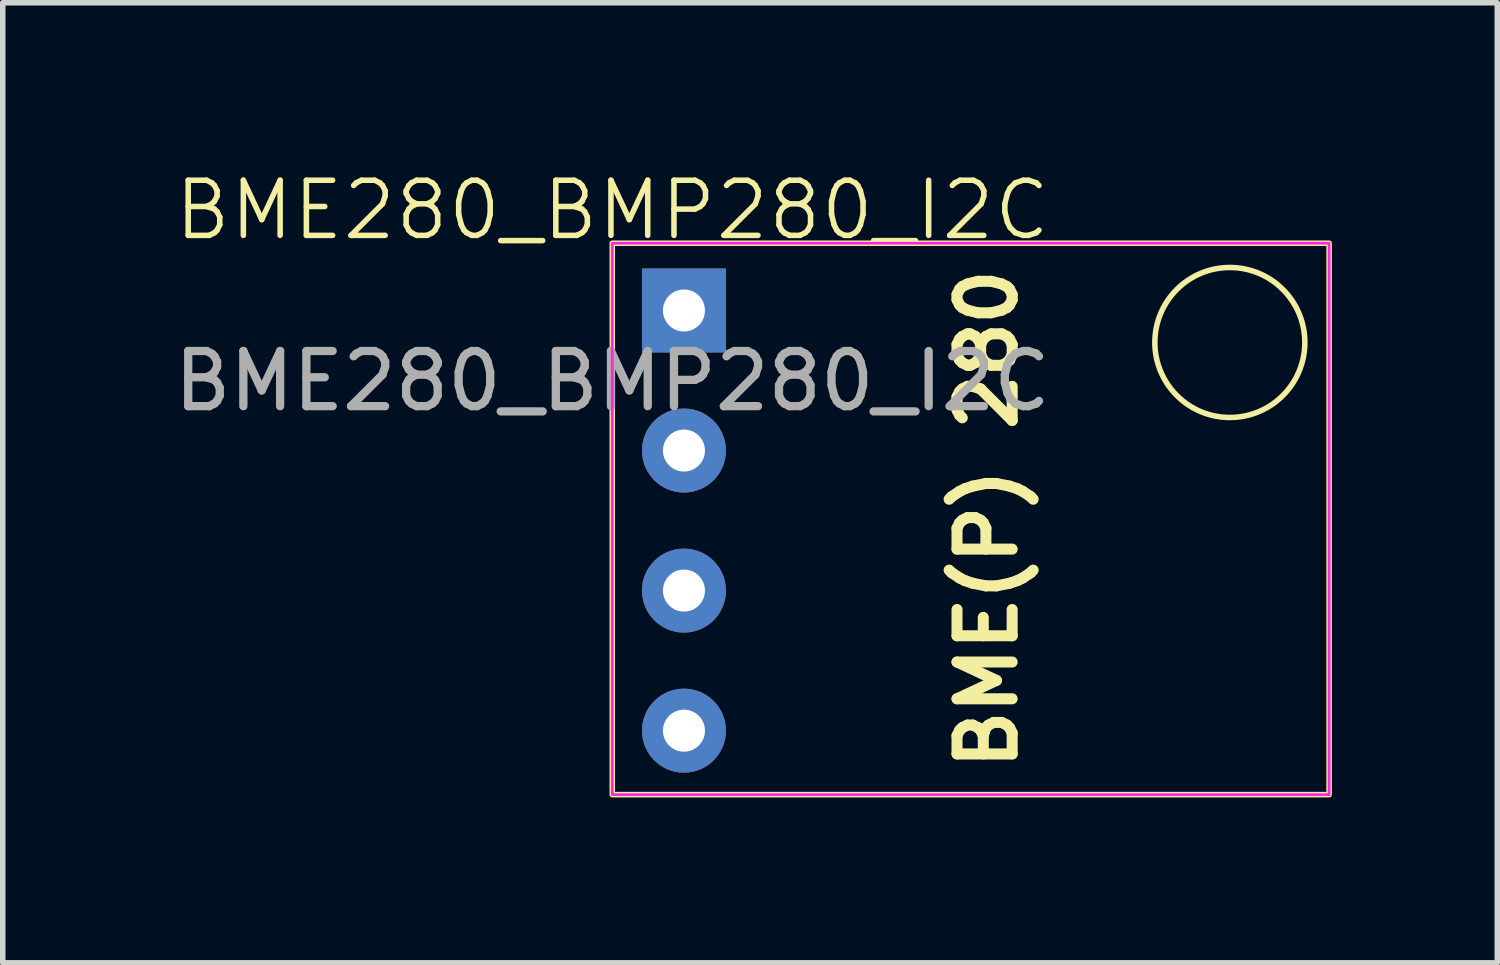
<source format=kicad_pcb>
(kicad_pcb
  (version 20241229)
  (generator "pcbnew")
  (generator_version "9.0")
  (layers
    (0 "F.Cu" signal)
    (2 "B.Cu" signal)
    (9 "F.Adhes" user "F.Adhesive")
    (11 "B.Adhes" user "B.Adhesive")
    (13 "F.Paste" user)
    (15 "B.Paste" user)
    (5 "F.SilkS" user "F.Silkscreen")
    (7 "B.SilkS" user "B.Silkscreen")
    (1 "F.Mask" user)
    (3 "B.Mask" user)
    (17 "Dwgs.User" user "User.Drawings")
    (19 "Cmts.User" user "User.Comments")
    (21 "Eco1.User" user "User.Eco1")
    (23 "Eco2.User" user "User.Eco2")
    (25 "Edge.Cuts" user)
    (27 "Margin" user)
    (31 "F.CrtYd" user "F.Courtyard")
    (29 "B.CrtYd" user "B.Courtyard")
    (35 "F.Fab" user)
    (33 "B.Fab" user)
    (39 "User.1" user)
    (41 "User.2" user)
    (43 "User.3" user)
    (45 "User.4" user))
  (footprint "BME280_BMP280_I2C"
    (layer "F.Cu")
    (at 8.054 1.361)
    (property "Reference" "BME280_BMP280_I2C" (at 0 -0.6 0) (unlocked yes) (layer "F.SilkS") (effects (font (size 1 1) (thickness 0.1))))
    (attr through_hole)
    (fp_rect (start 0 0) (end 13 10) (stroke (width 0.1) (type default)) (fill no) (layer "F.SilkS"))
    (fp_circle (center 11.2 1.8) (end 12.3 1) (stroke (width 0.1) (type default)) (fill no) (layer "F.SilkS"))
    (fp_rect (start 0 0) (end 13 10) (stroke (width 0.05) (type default)) (fill no) (layer "F.CrtYd"))
    (fp_text user "BME(P) 280" (at 6.8 5 90) (unlocked yes) (layer "F.SilkS") (effects (font (size 1 1) (thickness 0.2) (bold yes))))
    (fp_text user "${REFERENCE}" (at 0 2.5 0) (unlocked yes) (layer "F.Fab") (effects (font (size 1 1) (thickness 0.15))))
    (pad "1" thru_hole rect (at 1.3 1.22) (size 1.524 1.524) (drill 0.762) (layers "*.Cu" "*.Mask"))
    (pad "2" thru_hole circle (at 1.3 3.76) (size 1.524 1.524) (drill 0.762) (layers "*.Cu" "*.Mask"))
    (pad "3" thru_hole circle (at 1.3 6.3) (size 1.524 1.524) (drill 0.762) (layers "*.Cu" "*.Mask"))
    (pad "4" thru_hole circle (at 1.3 8.84) (size 1.524 1.524) (drill 0.762) (layers "*.Cu" "*.Mask")))
  (gr_rect
    (start -3 -3)
    (end 24.104 14.411)
    (stroke (width 0.1) (type default))
    (fill no)
    (layer "Edge.Cuts")))
</source>
